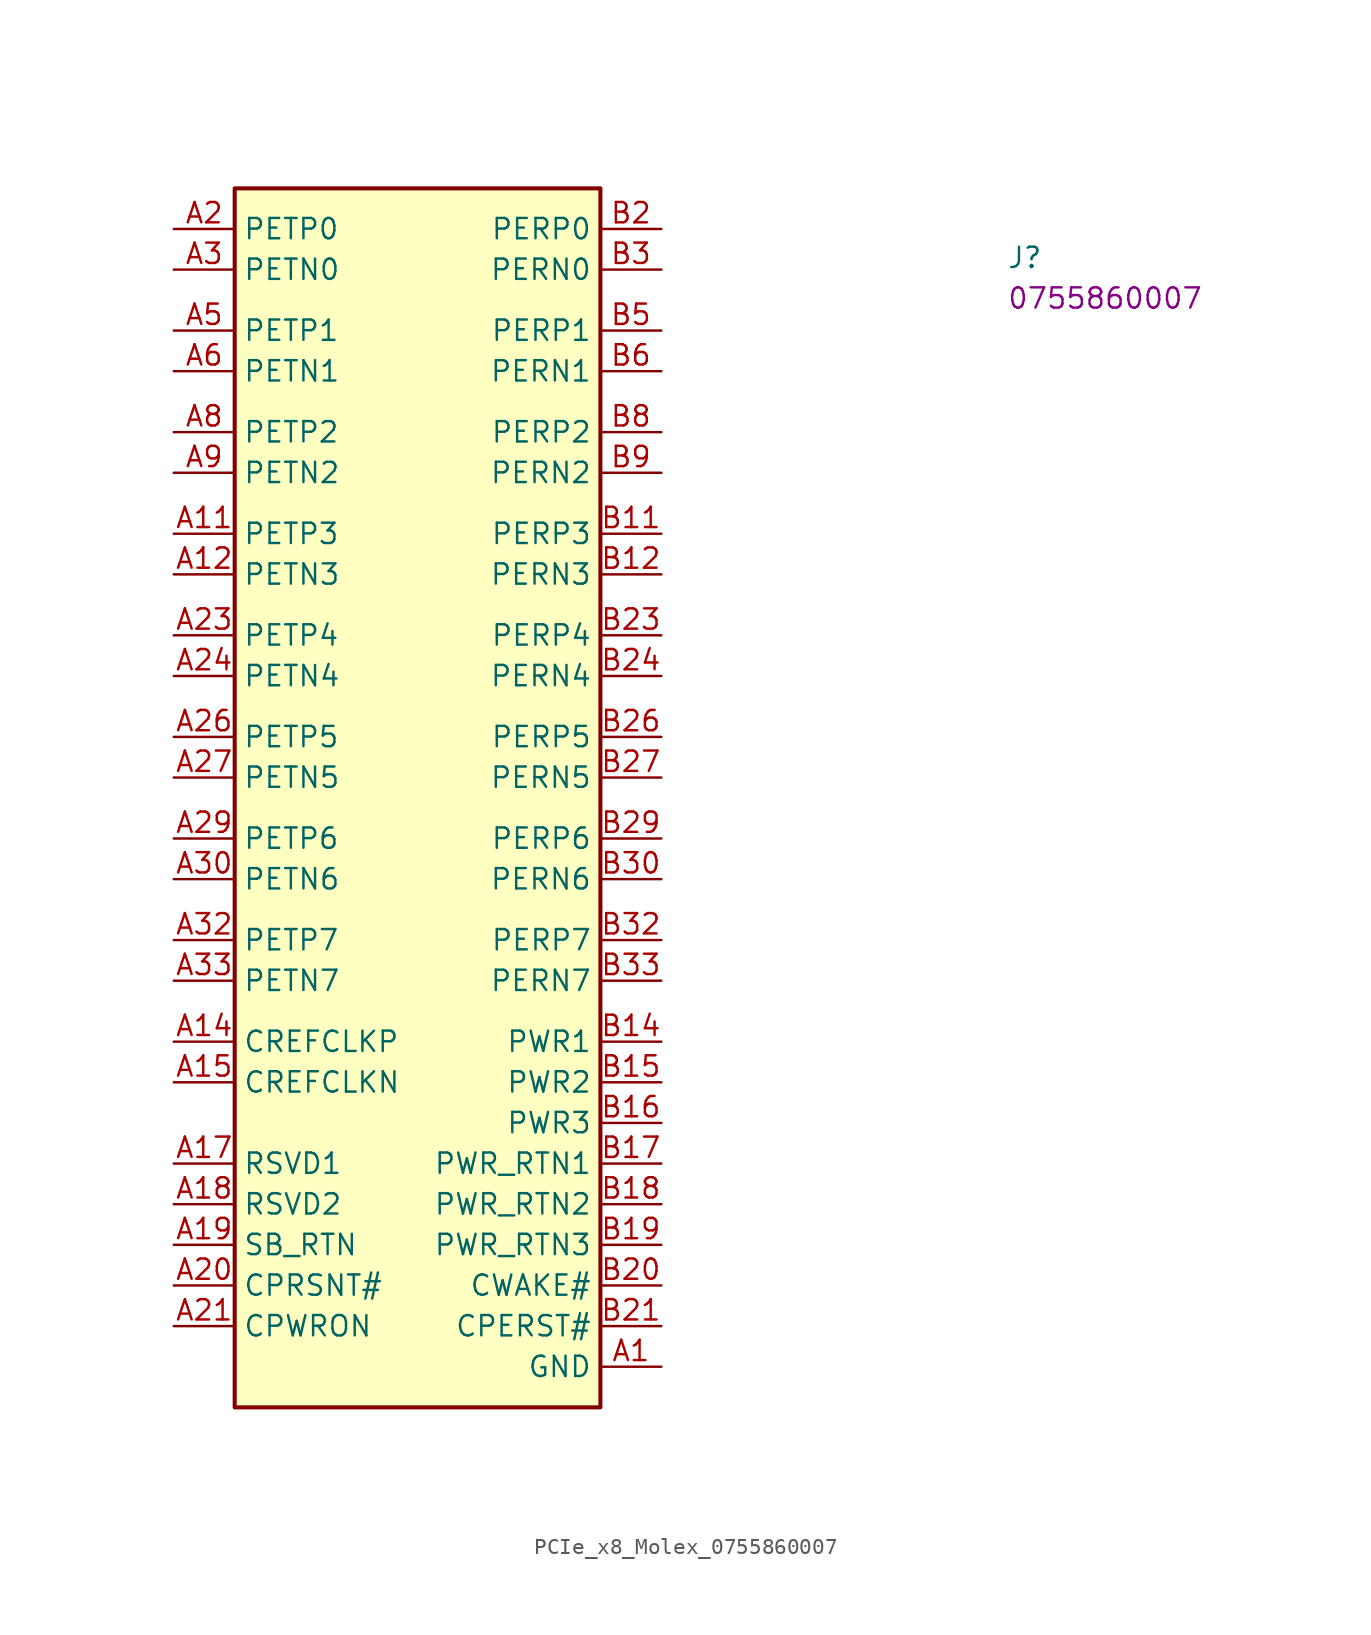
<source format=kicad_sym>
(kicad_symbol_lib
  (version 20220914)
  (generator kicad_symbol_editor)
  (symbol "PCIe_x8_Molex_0755860007"
    (property "Reference" "J"
      (at 52.07 -2.54 0)
      (effects (font (size 1.27 1.27) (thickness 0.15)) (justify left bottom)))
    (property "MPN" "0755860007"
      (at 52.07 -5.08 0)
      (effects (font (size 1.27 1.27) (thickness 0.15)) (justify left bottom)))
    (symbol "PCIe_x8_Molex_0755860007_1_1"
      (rectangle (start 3.81 2.54) (end 26.67 -73.66) (stroke (width 0.254) (type default)) (fill (type background)))
      (pin power_in line (at 30.48 -71.12 180) (length 3.81) (name "GND" (effects (font (size 1.27 1.27)))) (number "A1" (effects (font (size 1.27 1.27)))))
      (pin passive line (at 30.48 -71.12 180) (length 3.81) hide (name "GND" (effects (font (size 1.27 1.27)))) (number "A10" (effects (font (size 1.27 1.27)))))
      (pin passive line (at 0 -19.05 0) (length 3.81) (name "PETP3" (effects (font (size 1.27 1.27)))) (number "A11" (effects (font (size 1.27 1.27)))))
      (pin passive line (at 0 -21.59 0) (length 3.81) (name "PETN3" (effects (font (size 1.27 1.27)))) (number "A12" (effects (font (size 1.27 1.27)))))
      (pin passive line (at 30.48 -71.12 180) (length 3.81) hide (name "GND" (effects (font (size 1.27 1.27)))) (number "A13" (effects (font (size 1.27 1.27)))))
      (pin passive line (at 0 -50.8 0) (length 3.81) (name "CREFCLKP" (effects (font (size 1.27 1.27)))) (number "A14" (effects (font (size 1.27 1.27)))))
      (pin passive line (at 0 -53.34 0) (length 3.81) (name "CREFCLKN" (effects (font (size 1.27 1.27)))) (number "A15" (effects (font (size 1.27 1.27)))))
      (pin passive line (at 30.48 -71.12 180) (length 3.81) hide (name "GND" (effects (font (size 1.27 1.27)))) (number "A16" (effects (font (size 1.27 1.27)))))
      (pin passive line (at 0 -58.42 0) (length 3.81) (name "RSVD1" (effects (font (size 1.27 1.27)))) (number "A17" (effects (font (size 1.27 1.27)))))
      (pin passive line (at 0 -60.96 0) (length 3.81) (name "RSVD2" (effects (font (size 1.27 1.27)))) (number "A18" (effects (font (size 1.27 1.27)))))
      (pin passive line (at 0 -63.5 0) (length 3.81) (name "SB_RTN" (effects (font (size 1.27 1.27)))) (number "A19" (effects (font (size 1.27 1.27)))))
      (pin passive line (at 0 0 0) (length 3.81) (name "PETP0" (effects (font (size 1.27 1.27)))) (number "A2" (effects (font (size 1.27 1.27)))))
      (pin passive line (at 0 -66.04 0) (length 3.81) (name "CPRSNT#" (effects (font (size 1.27 1.27)))) (number "A20" (effects (font (size 1.27 1.27)))))
      (pin passive line (at 0 -68.58 0) (length 3.81) (name "CPWRON" (effects (font (size 1.27 1.27)))) (number "A21" (effects (font (size 1.27 1.27)))))
      (pin passive line (at 30.48 -71.12 180) (length 3.81) hide (name "GND" (effects (font (size 1.27 1.27)))) (number "A22" (effects (font (size 1.27 1.27)))))
      (pin passive line (at 0 -25.4 0) (length 3.81) (name "PETP4" (effects (font (size 1.27 1.27)))) (number "A23" (effects (font (size 1.27 1.27)))))
      (pin passive line (at 0 -27.94 0) (length 3.81) (name "PETN4" (effects (font (size 1.27 1.27)))) (number "A24" (effects (font (size 1.27 1.27)))))
      (pin passive line (at 30.48 -71.12 180) (length 3.81) hide (name "GND" (effects (font (size 1.27 1.27)))) (number "A25" (effects (font (size 1.27 1.27)))))
      (pin passive line (at 0 -31.75 0) (length 3.81) (name "PETP5" (effects (font (size 1.27 1.27)))) (number "A26" (effects (font (size 1.27 1.27)))))
      (pin passive line (at 0 -34.29 0) (length 3.81) (name "PETN5" (effects (font (size 1.27 1.27)))) (number "A27" (effects (font (size 1.27 1.27)))))
      (pin passive line (at 30.48 -71.12 180) (length 3.81) hide (name "GND" (effects (font (size 1.27 1.27)))) (number "A28" (effects (font (size 1.27 1.27)))))
      (pin passive line (at 0 -38.1 0) (length 3.81) (name "PETP6" (effects (font (size 1.27 1.27)))) (number "A29" (effects (font (size 1.27 1.27)))))
      (pin passive line (at 0 -2.54 0) (length 3.81) (name "PETN0" (effects (font (size 1.27 1.27)))) (number "A3" (effects (font (size 1.27 1.27)))))
      (pin passive line (at 0 -40.64 0) (length 3.81) (name "PETN6" (effects (font (size 1.27 1.27)))) (number "A30" (effects (font (size 1.27 1.27)))))
      (pin passive line (at 30.48 -71.12 180) (length 3.81) hide (name "GND" (effects (font (size 1.27 1.27)))) (number "A31" (effects (font (size 1.27 1.27)))))
      (pin passive line (at 0 -44.45 0) (length 3.81) (name "PETP7" (effects (font (size 1.27 1.27)))) (number "A32" (effects (font (size 1.27 1.27)))))
      (pin passive line (at 0 -46.99 0) (length 3.81) (name "PETN7" (effects (font (size 1.27 1.27)))) (number "A33" (effects (font (size 1.27 1.27)))))
      (pin passive line (at 30.48 -71.12 180) (length 3.81) hide (name "GND" (effects (font (size 1.27 1.27)))) (number "A34" (effects (font (size 1.27 1.27)))))
      (pin passive line (at 30.48 -71.12 180) (length 3.81) hide (name "GND" (effects (font (size 1.27 1.27)))) (number "A4" (effects (font (size 1.27 1.27)))))
      (pin passive line (at 0 -6.35 0) (length 3.81) (name "PETP1" (effects (font (size 1.27 1.27)))) (number "A5" (effects (font (size 1.27 1.27)))))
      (pin passive line (at 0 -8.89 0) (length 3.81) (name "PETN1" (effects (font (size 1.27 1.27)))) (number "A6" (effects (font (size 1.27 1.27)))))
      (pin passive line (at 30.48 -71.12 180) (length 3.81) hide (name "GND" (effects (font (size 1.27 1.27)))) (number "A7" (effects (font (size 1.27 1.27)))))
      (pin passive line (at 0 -12.7 0) (length 3.81) (name "PETP2" (effects (font (size 1.27 1.27)))) (number "A8" (effects (font (size 1.27 1.27)))))
      (pin passive line (at 0 -15.24 0) (length 3.81) (name "PETN2" (effects (font (size 1.27 1.27)))) (number "A9" (effects (font (size 1.27 1.27)))))
      (pin passive line (at 30.48 -71.12 180) (length 3.81) hide (name "GND" (effects (font (size 1.27 1.27)))) (number "B1" (effects (font (size 1.27 1.27)))))
      (pin passive line (at 30.48 -71.12 180) (length 3.81) hide (name "GND" (effects (font (size 1.27 1.27)))) (number "B10" (effects (font (size 1.27 1.27)))))
      (pin passive line (at 30.48 -19.05 180) (length 3.81) (name "PERP3" (effects (font (size 1.27 1.27)))) (number "B11" (effects (font (size 1.27 1.27)))))
      (pin passive line (at 30.48 -21.59 180) (length 3.81) (name "PERN3" (effects (font (size 1.27 1.27)))) (number "B12" (effects (font (size 1.27 1.27)))))
      (pin passive line (at 30.48 -71.12 180) (length 3.81) hide (name "GND" (effects (font (size 1.27 1.27)))) (number "B13" (effects (font (size 1.27 1.27)))))
      (pin power_in line (at 30.48 -50.8 180) (length 3.81) (name "PWR1" (effects (font (size 1.27 1.27)))) (number "B14" (effects (font (size 1.27 1.27)))))
      (pin power_in line (at 30.48 -53.34 180) (length 3.81) (name "PWR2" (effects (font (size 1.27 1.27)))) (number "B15" (effects (font (size 1.27 1.27)))))
      (pin power_in line (at 30.48 -55.88 180) (length 3.81) (name "PWR3" (effects (font (size 1.27 1.27)))) (number "B16" (effects (font (size 1.27 1.27)))))
      (pin power_in line (at 30.48 -58.42 180) (length 3.81) (name "PWR_RTN1" (effects (font (size 1.27 1.27)))) (number "B17" (effects (font (size 1.27 1.27)))))
      (pin power_in line (at 30.48 -60.96 180) (length 3.81) (name "PWR_RTN2" (effects (font (size 1.27 1.27)))) (number "B18" (effects (font (size 1.27 1.27)))))
      (pin power_in line (at 30.48 -63.5 180) (length 3.81) (name "PWR_RTN3" (effects (font (size 1.27 1.27)))) (number "B19" (effects (font (size 1.27 1.27)))))
      (pin passive line (at 30.48 0 180) (length 3.81) (name "PERP0" (effects (font (size 1.27 1.27)))) (number "B2" (effects (font (size 1.27 1.27)))))
      (pin passive line (at 30.48 -66.04 180) (length 3.81) (name "CWAKE#" (effects (font (size 1.27 1.27)))) (number "B20" (effects (font (size 1.27 1.27)))))
      (pin passive line (at 30.48 -68.58 180) (length 3.81) (name "CPERST#" (effects (font (size 1.27 1.27)))) (number "B21" (effects (font (size 1.27 1.27)))))
      (pin passive line (at 30.48 -71.12 180) (length 3.81) hide (name "GND" (effects (font (size 1.27 1.27)))) (number "B22" (effects (font (size 1.27 1.27)))))
      (pin passive line (at 30.48 -25.4 180) (length 3.81) (name "PERP4" (effects (font (size 1.27 1.27)))) (number "B23" (effects (font (size 1.27 1.27)))))
      (pin passive line (at 30.48 -27.94 180) (length 3.81) (name "PERN4" (effects (font (size 1.27 1.27)))) (number "B24" (effects (font (size 1.27 1.27)))))
      (pin passive line (at 30.48 -71.12 180) (length 3.81) hide (name "GND" (effects (font (size 1.27 1.27)))) (number "B25" (effects (font (size 1.27 1.27)))))
      (pin passive line (at 30.48 -31.75 180) (length 3.81) (name "PERP5" (effects (font (size 1.27 1.27)))) (number "B26" (effects (font (size 1.27 1.27)))))
      (pin passive line (at 30.48 -34.29 180) (length 3.81) (name "PERN5" (effects (font (size 1.27 1.27)))) (number "B27" (effects (font (size 1.27 1.27)))))
      (pin passive line (at 30.48 -71.12 180) (length 3.81) hide (name "GND" (effects (font (size 1.27 1.27)))) (number "B28" (effects (font (size 1.27 1.27)))))
      (pin passive line (at 30.48 -38.1 180) (length 3.81) (name "PERP6" (effects (font (size 1.27 1.27)))) (number "B29" (effects (font (size 1.27 1.27)))))
      (pin passive line (at 30.48 -2.54 180) (length 3.81) (name "PERN0" (effects (font (size 1.27 1.27)))) (number "B3" (effects (font (size 1.27 1.27)))))
      (pin passive line (at 30.48 -40.64 180) (length 3.81) (name "PERN6" (effects (font (size 1.27 1.27)))) (number "B30" (effects (font (size 1.27 1.27)))))
      (pin passive line (at 30.48 -71.12 180) (length 3.81) hide (name "GND" (effects (font (size 1.27 1.27)))) (number "B31" (effects (font (size 1.27 1.27)))))
      (pin passive line (at 30.48 -44.45 180) (length 3.81) (name "PERP7" (effects (font (size 1.27 1.27)))) (number "B32" (effects (font (size 1.27 1.27)))))
      (pin passive line (at 30.48 -46.99 180) (length 3.81) (name "PERN7" (effects (font (size 1.27 1.27)))) (number "B33" (effects (font (size 1.27 1.27)))))
      (pin passive line (at 30.48 -71.12 180) (length 3.81) hide (name "GND" (effects (font (size 1.27 1.27)))) (number "B34" (effects (font (size 1.27 1.27)))))
      (pin passive line (at 30.48 -71.12 180) (length 3.81) hide (name "GND" (effects (font (size 1.27 1.27)))) (number "B4" (effects (font (size 1.27 1.27)))))
      (pin passive line (at 30.48 -6.35 180) (length 3.81) (name "PERP1" (effects (font (size 1.27 1.27)))) (number "B5" (effects (font (size 1.27 1.27)))))
      (pin passive line (at 30.48 -8.89 180) (length 3.81) (name "PERN1" (effects (font (size 1.27 1.27)))) (number "B6" (effects (font (size 1.27 1.27)))))
      (pin passive line (at 30.48 -71.12 180) (length 3.81) hide (name "GND" (effects (font (size 1.27 1.27)))) (number "B7" (effects (font (size 1.27 1.27)))))
      (pin passive line (at 30.48 -12.7 180) (length 3.81) (name "PERP2" (effects (font (size 1.27 1.27)))) (number "B8" (effects (font (size 1.27 1.27)))))
      (pin passive line (at 30.48 -15.24 180) (length 3.81) (name "PERN2" (effects (font (size 1.27 1.27)))) (number "B9" (effects (font (size 1.27 1.27))))))))
</source>
